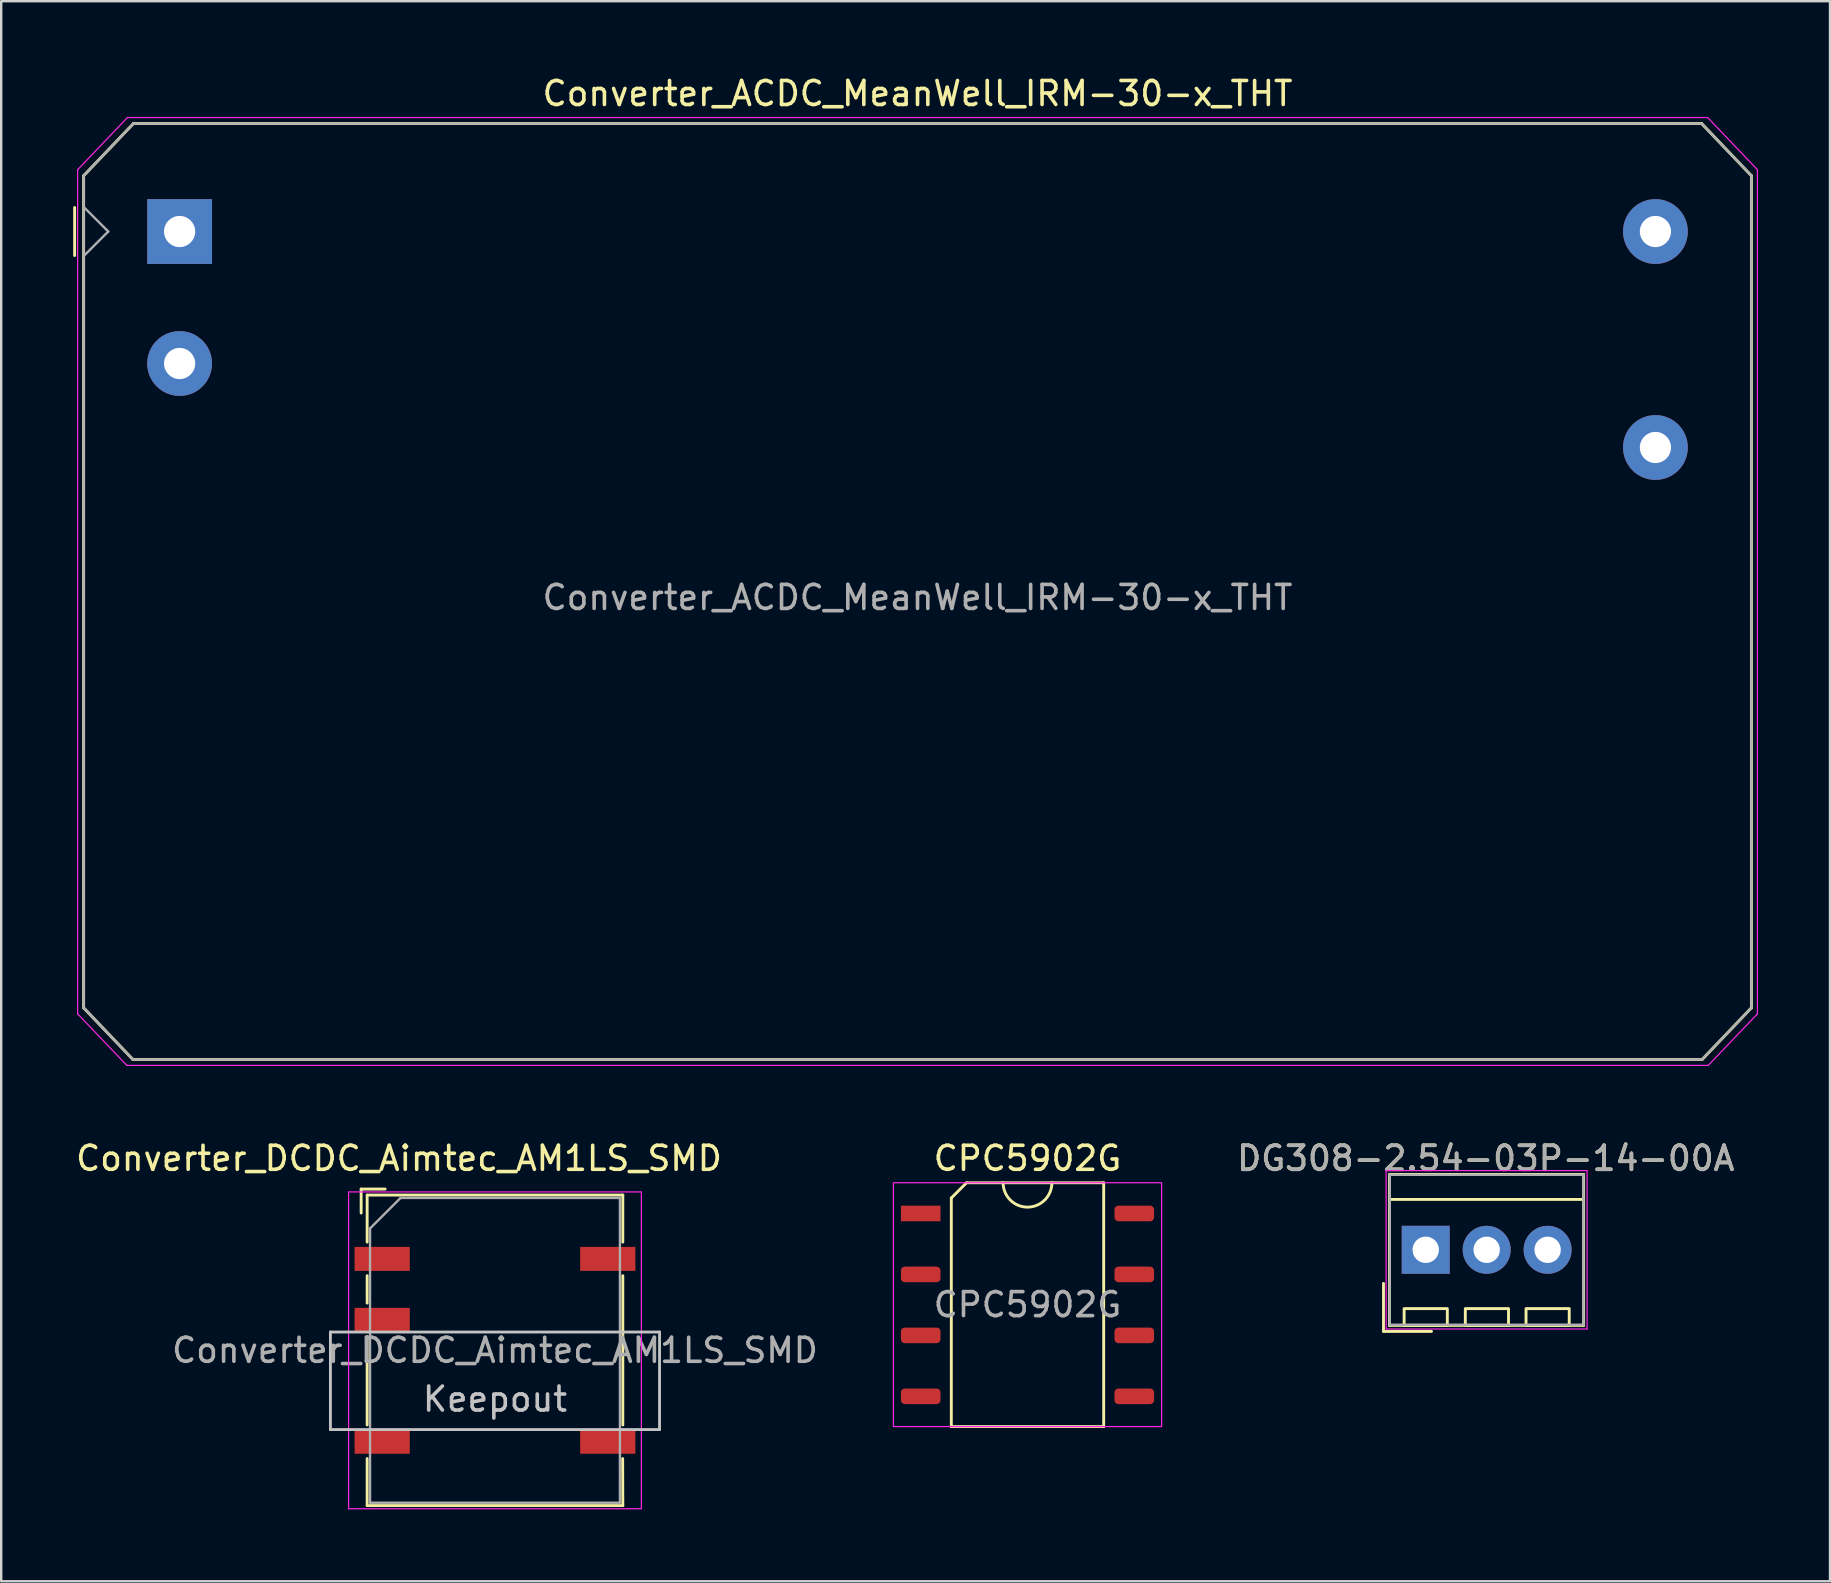
<source format=kicad_pcb>
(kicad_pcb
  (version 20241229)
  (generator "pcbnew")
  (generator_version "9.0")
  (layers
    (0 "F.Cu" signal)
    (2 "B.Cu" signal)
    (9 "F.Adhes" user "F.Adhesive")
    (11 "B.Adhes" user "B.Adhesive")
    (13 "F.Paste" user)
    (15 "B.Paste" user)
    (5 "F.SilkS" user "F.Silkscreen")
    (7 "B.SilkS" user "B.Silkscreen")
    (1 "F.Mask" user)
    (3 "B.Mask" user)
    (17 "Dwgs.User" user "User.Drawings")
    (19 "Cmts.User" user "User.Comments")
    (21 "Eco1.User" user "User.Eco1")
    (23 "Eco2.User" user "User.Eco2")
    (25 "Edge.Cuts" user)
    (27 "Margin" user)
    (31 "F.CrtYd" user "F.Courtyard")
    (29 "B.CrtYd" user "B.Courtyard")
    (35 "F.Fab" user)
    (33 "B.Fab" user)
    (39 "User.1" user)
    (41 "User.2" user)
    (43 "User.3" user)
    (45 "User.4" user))
  (footprint "Converter_DCDC_Aimtec_AM1LS_SMD"
    (layer "F.Cu")
    (at 17.577 53.221)
    (property "Reference" "Converter_DCDC_Aimtec_AM1LS_SMD" (at -4 -8 0) (layer "F.SilkS") (effects (font (size 1 1) (thickness 0.15))))
    (attr smd)
    (fp_line (start -5.577 -6.72) (end -5.577 -5.72) (stroke (width 0.12) (type solid)) (layer "F.SilkS"))
    (fp_line (start -5.327 -6.47) (end 5.327 -6.47) (stroke (width 0.12) (type solid)) (layer "F.SilkS"))
    (fp_line (start -5.327 -4.51) (end -5.327 -6.47) (stroke (width 0.12) (type solid)) (layer "F.SilkS"))
    (fp_line (start -5.327 -1.97) (end -5.327 -3.11) (stroke (width 0.12) (type solid)) (layer "F.SilkS"))
    (fp_line (start -5.327 3.11) (end -5.327 -0.57) (stroke (width 0.12) (type solid)) (layer "F.SilkS"))
    (fp_line (start -5.327 6.47) (end -5.327 4.51) (stroke (width 0.12) (type solid)) (layer "F.SilkS"))
    (fp_line (start -4.577 -6.72) (end -5.577 -6.72) (stroke (width 0.12) (type solid)) (layer "F.SilkS"))
    (fp_line (start 5.32 4.51) (end 5.327 6.47) (stroke (width 0.12) (type solid)) (layer "F.SilkS"))
    (fp_line (start 5.327 -6.47) (end 5.327 -4.51) (stroke (width 0.12) (type solid)) (layer "F.SilkS"))
    (fp_line (start 5.327 -3.11) (end 5.327 3.11) (stroke (width 0.12) (type solid)) (layer "F.SilkS"))
    (fp_line (start 5.327 6.47) (end -5.327 6.47) (stroke (width 0.12) (type solid)) (layer "F.SilkS"))
    (fp_line (start -6.858 -0.762) (end 6.858 -0.762) (stroke (width 0.12) (type solid)) (layer "Dwgs.User"))
    (fp_line (start -6.858 3.302) (end -6.858 -0.762) (stroke (width 0.12) (type solid)) (layer "Dwgs.User"))
    (fp_line (start 6.858 -0.762) (end 6.858 3.302) (stroke (width 0.12) (type solid)) (layer "Dwgs.User"))
    (fp_line (start 6.858 3.302) (end -6.858 3.302) (stroke (width 0.12) (type solid)) (layer "Dwgs.User"))
    (fp_line (start -6.1 6.6) (end -6.1 -6.6) (stroke (width 0.05) (type solid)) (layer "F.CrtYd"))
    (fp_line (start 6.1 -6.6) (end -6.1 -6.6) (stroke (width 0.05) (type solid)) (layer "F.CrtYd"))
    (fp_line (start 6.1 -6.6) (end 6.1 6.6) (stroke (width 0.05) (type solid)) (layer "F.CrtYd"))
    (fp_line (start 6.1 6.6) (end -6.1 6.6) (stroke (width 0.05) (type solid)) (layer "F.CrtYd"))
    (fp_line (start -5.207 6.35) (end -5.207 -5.08) (stroke (width 0.1) (type solid)) (layer "F.Fab"))
    (fp_line (start -3.937 -6.35) (end -5.207 -5.08) (stroke (width 0.1) (type solid)) (layer "F.Fab"))
    (fp_line (start -3.937 -6.35) (end 5.207 -6.35) (stroke (width 0.1) (type solid)) (layer "F.Fab"))
    (fp_line (start 5.207 -6.35) (end 5.207 6.35) (stroke (width 0.1) (type solid)) (layer "F.Fab"))
    (fp_line (start 5.207 6.35) (end -5.207 6.35) (stroke (width 0.1) (type solid)) (layer "F.Fab"))
    (fp_text user "Keepout" (at 0 2.032 0) (layer "Dwgs.User") (effects (font (size 1 1) (thickness 0.15))))
    (fp_text user "${REFERENCE}" (at 0 0 0) (layer "F.Fab") (effects (font (size 1 1) (thickness 0.15))))
    (pad "1" smd rect (at -4.7 -3.81 270) (size 1 2.3) (layers "F.Cu" "F.Mask" "F.Paste"))
    (pad "2" smd rect (at -4.7 -1.27 270) (size 1 2.3) (layers "F.Cu" "F.Mask" "F.Paste"))
    (pad "4" smd rect (at -4.7 3.81 270) (size 1 2.3) (layers "F.Cu" "F.Mask" "F.Paste"))
    (pad "5" smd rect (at 4.7 3.81 270) (size 1 2.3) (layers "F.Cu" "F.Mask" "F.Paste"))
    (pad "8" smd rect (at 4.7 -3.81 270) (size 1 2.3) (layers "F.Cu" "F.Mask" "F.Paste")))
  (footprint "Converter_ACDC_MeanWell_IRM-30-x_THT"
    (layer "F.Cu")
    (at 4.435 6.598)
    (property "Reference" "Converter_ACDC_MeanWell_IRM-30-x_THT" (at 30.75 -5.75 0) (unlocked yes) (layer "F.SilkS") (effects (font (size 1 1) (thickness 0.15))))
    (attr through_hole exclude_from_pos_files exclude_from_bom)
    (fp_line (start -4.375 -1) (end -4.375 1) (stroke (width 0.12) (type solid)) (layer "F.SilkS"))
    (fp_line (start -4 -2.325) (end -1.925 -4.5) (stroke (width 0.12) (type solid)) (layer "F.SilkS"))
    (fp_line (start -4 32.35) (end -4 -2.325) (stroke (width 0.12) (type solid)) (layer "F.SilkS"))
    (fp_line (start -4 32.35) (end -1.95 34.5) (stroke (width 0.12) (type solid)) (layer "F.SilkS"))
    (fp_line (start -1.925 -4.5) (end 63.425 -4.5) (stroke (width 0.12) (type solid)) (layer "F.SilkS"))
    (fp_line (start 63.45 34.5) (end -1.95 34.5) (stroke (width 0.12) (type solid)) (layer "F.SilkS"))
    (fp_line (start 65.5 -2.325) (end 63.425 -4.5) (stroke (width 0.12) (type solid)) (layer "F.SilkS"))
    (fp_line (start 65.5 -2.325) (end 65.5 32.35) (stroke (width 0.12) (type solid)) (layer "F.SilkS"))
    (fp_line (start 65.5 32.35) (end 63.45 34.5) (stroke (width 0.12) (type solid)) (layer "F.SilkS"))
    (fp_line (start -4.25 -2.575) (end -4.25 32.6) (stroke (width 0.05) (type default)) (layer "F.CrtYd"))
    (fp_line (start -4.25 -2.575) (end -2.175 -4.75) (stroke (width 0.05) (type default)) (layer "F.CrtYd"))
    (fp_line (start -2.2 34.75) (end -4.25 32.6) (stroke (width 0.05) (type default)) (layer "F.CrtYd"))
    (fp_line (start -2.2 34.75) (end 63.7 34.75) (stroke (width 0.05) (type default)) (layer "F.CrtYd"))
    (fp_line (start 63.675 -4.75) (end -2.175 -4.75) (stroke (width 0.05) (type default)) (layer "F.CrtYd"))
    (fp_line (start 63.675 -4.75) (end 65.75 -2.575) (stroke (width 0.05) (type default)) (layer "F.CrtYd"))
    (fp_line (start 65.75 32.6) (end 63.7 34.75) (stroke (width 0.05) (type default)) (layer "F.CrtYd"))
    (fp_line (start 65.75 32.6) (end 65.75 -2.575) (stroke (width 0.05) (type default)) (layer "F.CrtYd"))
    (fp_line (start -4 -2.325) (end -4 32.35) (stroke (width 0.1) (type default)) (layer "F.Fab"))
    (fp_line (start -4 32.35) (end -1.95 34.5) (stroke (width 0.1) (type default)) (layer "F.Fab"))
    (fp_line (start -3.975 -1) (end -2.975 0) (stroke (width 0.1) (type solid)) (layer "F.Fab"))
    (fp_line (start -3.975 1) (end -2.975 0) (stroke (width 0.1) (type solid)) (layer "F.Fab"))
    (fp_line (start -1.95 34.5) (end 63.45 34.5) (stroke (width 0.1) (type default)) (layer "F.Fab"))
    (fp_line (start -1.925 -4.5) (end -4 -2.325) (stroke (width 0.1) (type default)) (layer "F.Fab"))
    (fp_line (start -1.925 -4.5) (end 63.425 -4.5) (stroke (width 0.1) (type default)) (layer "F.Fab"))
    (fp_line (start 63.45 34.5) (end 65.5 32.35) (stroke (width 0.1) (type default)) (layer "F.Fab"))
    (fp_line (start 65.5 -2.325) (end 63.425 -4.5) (stroke (width 0.1) (type default)) (layer "F.Fab"))
    (fp_line (start 65.5 -2.325) (end 65.5 32.35) (stroke (width 0.1) (type default)) (layer "F.Fab"))
    (fp_text user "${REFERENCE}" (at 30.75 15.25 0) (unlocked yes) (layer "F.Fab") (effects (font (size 1 1) (thickness 0.15))))
    (pad "1" thru_hole rect (at 0 0) (size 2.7 2.7) (drill 1.3) (layers "*.Cu" "*.Mask"))
    (pad "2" thru_hole circle (at 0 5.5) (size 2.7 2.7) (drill 1.3) (layers "*.Cu" "*.Mask"))
    (pad "3" thru_hole circle (at 61.5 0) (size 2.7 2.7) (drill 1.3) (layers "*.Cu" "*.Mask"))
    (pad "4" thru_hole circle (at 61.5 9) (size 2.7 2.7) (drill 1.3) (layers "*.Cu" "*.Mask")))
  (footprint "CPC5902G"
    (layer "F.Cu")
    (at 39.768 51.318)
    (property "Reference" "CPC5902G" (at 0 -6.096 0) (unlocked yes) (layer "F.SilkS") (effects (font (size 1 1) (thickness 0.15))))
    (attr smd)
    (fp_line (start -3.175 -4.445) (end -2.54 -5.08) (stroke (width 0.12) (type solid)) (layer "F.SilkS"))
    (fp_line (start -3.175 5.08) (end -3.175 -4.445) (stroke (width 0.12) (type solid)) (layer "F.SilkS"))
    (fp_line (start -2.54 -5.08) (end 3.175 -5.08) (stroke (width 0.12) (type solid)) (layer "F.SilkS"))
    (fp_line (start 3.175 -5.08) (end 3.175 5.08) (stroke (width 0.12) (type solid)) (layer "F.SilkS"))
    (fp_line (start 3.175 5.08) (end -3.175 5.08) (stroke (width 0.12) (type solid)) (layer "F.SilkS"))
    (fp_arc (start 1.016 -5.08) (mid 0 -4.064) (end -1.016 -5.08) (stroke (width 0.12) (type solid)) (layer "F.SilkS"))
    (fp_rect (start -5.588 -5.08) (end 5.588 5.08) (stroke (width 0.05) (type solid)) (fill no) (layer "F.CrtYd"))
    (fp_text user "${REFERENCE}" (at 0 0 0) (unlocked yes) (layer "F.Fab") (effects (font (size 1 1) (thickness 0.15))))
    (pad "1" smd rect (at -4.45 -3.8) (size 1.65 0.65) (layers "F.Cu" "F.Mask" "F.Paste"))
    (pad "2" smd roundrect (at -4.45 -1.26) (size 1.65 0.65) (layers "F.Cu" "F.Mask" "F.Paste") (roundrect_rratio 0.25))
    (pad "3" smd roundrect (at -4.45 1.28) (size 1.65 0.65) (layers "F.Cu" "F.Mask" "F.Paste") (roundrect_rratio 0.25))
    (pad "4" smd roundrect (at -4.45 3.82) (size 1.65 0.65) (layers "F.Cu" "F.Mask" "F.Paste") (roundrect_rratio 0.25))
    (pad "5" smd roundrect (at 4.45 3.82) (size 1.65 0.65) (layers "F.Cu" "F.Mask" "F.Paste") (roundrect_rratio 0.25))
    (pad "6" smd roundrect (at 4.45 1.28) (size 1.65 0.65) (layers "F.Cu" "F.Mask" "F.Paste") (roundrect_rratio 0.25))
    (pad "7" smd roundrect (at 4.45 -1.26) (size 1.65 0.65) (layers "F.Cu" "F.Mask" "F.Paste") (roundrect_rratio 0.25))
    (pad "8" smd roundrect (at 4.45 -3.8) (size 1.65 0.65) (layers "F.Cu" "F.Mask" "F.Paste") (roundrect_rratio 0.25)))
  (footprint "DG308-2.54-03P-14-00A"
    (layer "F.Cu")
    (at 56.363 49.032)
    (property "Reference" "DG308-2.54-03P-14-00A" (at 2.5 -3.81 0) (unlocked yes) (layer "F.SilkS") (effects (font (size 1 1) (thickness 0.15))))
    (attr through_hole)
    (fp_line (start -1.76 1.4) (end -1.76 3.4) (stroke (width 0.12) (type solid)) (layer "F.SilkS"))
    (fp_line (start -1.76 3.4) (end 0.24 3.4) (stroke (width 0.12) (type solid)) (layer "F.SilkS"))
    (fp_line (start -1.51 -3.14) (end 2.5 -3.14) (stroke (width 0.12) (type solid)) (layer "F.SilkS"))
    (fp_line (start -1.51 3.15) (end -1.51 -3.14) (stroke (width 0.12) (type solid)) (layer "F.SilkS"))
    (fp_line (start -1.51 3.15) (end 2.5 3.15) (stroke (width 0.12) (type solid)) (layer "F.SilkS"))
    (fp_line (start 2.5 -3.14) (end 6.58 -3.14) (stroke (width 0.12) (type solid)) (layer "F.SilkS"))
    (fp_line (start 6.5 -2.1) (end -1.5 -2.1) (stroke (width 0.12) (type solid)) (layer "F.SilkS"))
    (fp_line (start 6.58 -3.14) (end 6.58 3.15) (stroke (width 0.12) (type solid)) (layer "F.SilkS"))
    (fp_line (start 6.58 3.15) (end 2.5 3.15) (stroke (width 0.12) (type solid)) (layer "F.SilkS"))
    (fp_rect (start -0.9 3.15) (end 0.9 2.45) (stroke (width 0.12) (type solid)) (fill no) (layer "F.SilkS"))
    (fp_rect (start 1.65 3.15) (end 3.45 2.45) (stroke (width 0.12) (type solid)) (fill no) (layer "F.SilkS"))
    (fp_rect (start 4.18 3.15) (end 5.98 2.45) (stroke (width 0.12) (type solid)) (fill no) (layer "F.SilkS"))
    (fp_line (start -1.65 -3.3) (end 6.725 -3.3) (stroke (width 0.05) (type solid)) (layer "F.CrtYd"))
    (fp_line (start -1.65 3.3) (end -1.65 -3.3) (stroke (width 0.05) (type solid)) (layer "F.CrtYd"))
    (fp_line (start -1.65 3.3) (end 6.725 3.3) (stroke (width 0.05) (type solid)) (layer "F.CrtYd"))
    (fp_line (start 6.725 3.3) (end 6.725 -3.3) (stroke (width 0.05) (type solid)) (layer "F.CrtYd"))
    (fp_line (start -1.5 -3.125) (end -1.5 3.125) (stroke (width 0.1) (type solid)) (layer "F.Fab"))
    (fp_line (start -1.5 -3.125) (end 6.575 -3.125) (stroke (width 0.1) (type solid)) (layer "F.Fab"))
    (fp_line (start -1.5 3.125) (end 6.575 3.125) (stroke (width 0.1) (type solid)) (layer "F.Fab"))
    (fp_line (start 6.575 3.125) (end 6.575 -3.125) (stroke (width 0.1) (type solid)) (layer "F.Fab"))
    (fp_text user "${REFERENCE}" (at 2.5 -3.81 0) (unlocked yes) (layer "F.Fab") (effects (font (size 1 1) (thickness 0.15))))
    (pad "1" thru_hole rect (at 0 0) (size 2 2) (drill 1.1) (layers "*.Cu" "*.Mask"))
    (pad "2" thru_hole circle (at 2.54 0) (size 2 2) (drill 1.1) (layers "*.Cu" "*.Mask"))
    (pad "2" thru_hole circle (at 5.08 0) (size 2 2) (drill 1.1) (layers "*.Cu" "*.Mask")))
  (gr_rect
    (start -3 -3)
    (end 73.21 62.846)
    (stroke (width 0.1) (type default))
    (fill no)
    (layer "Edge.Cuts")))
</source>
